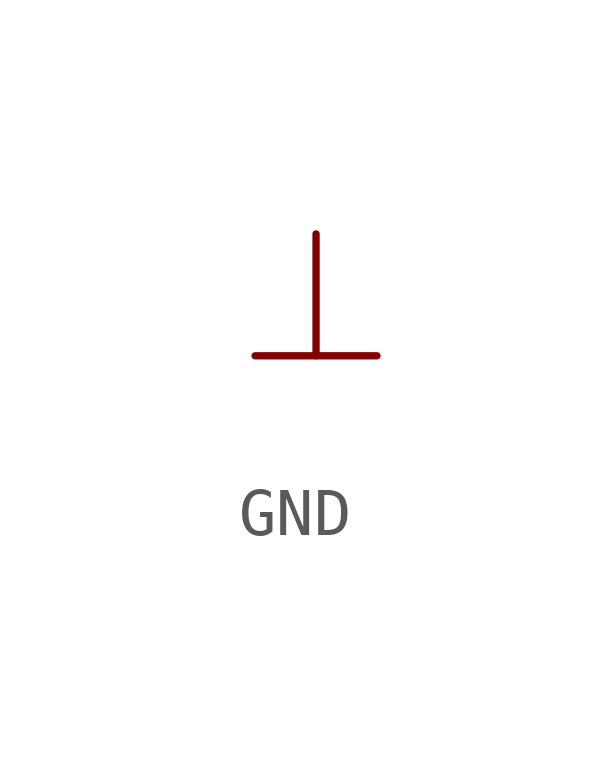
<source format=kicad_sym>
(kicad_symbol_lib
  (version 20241209)
  (generator "kicad_symbol_editor")
  (generator_version "9.0")
  (symbol "GND"
    (power)
    (property "Reference" ""
      (at 0 0 0)
      (effects (font (size 1.27 1.27)) (hide yes)))
    (property "Value" ""
      (at -2.223 -1.905 0)
      (effects (font (size 1.524 1.295)) (justify left bottom)))
    (property "ki_locked" ""
      (at 0 0 0)
      (effects (font (size 1.27 1.27))))
    (symbol "GND_1_0"
      (polyline (pts (xy -1.27 0) (xy 1.27 0)) (stroke (width 0.152) (type solid)) (fill (type none)))
      (pin power_in line (at 0 2.54 270) (length 2.54) (name "GND" (effects (font (size 0 0)))) (number "1" (effects (font (size 0 0))))))))
</source>
